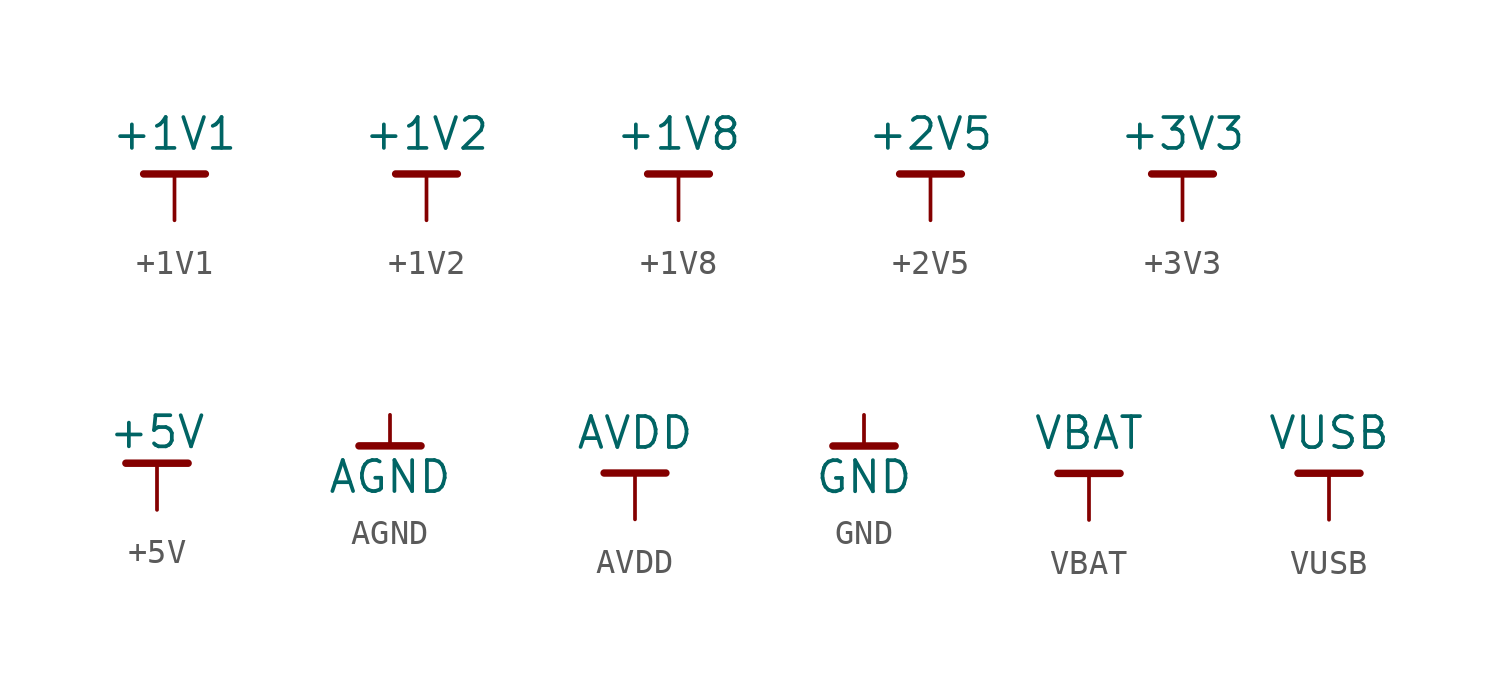
<source format=kicad_sym>
(kicad_symbol_lib
  (version 20231120)
  (generator "kicad_symbol_editor")
  (generator_version "8.0")
  (symbol "+1V1"
    (power)
    (pin_names
      (offset 0))
    (property "Reference" "#PWR"
      (at 0 -3.81 0)
      (effects (font (size 1.27 1.27)) (hide yes)))
    (property "Value" "+1V1"
      (at 0 3.556 0)
      (effects (font (size 1.27 1.27))))
    (symbol "+1V1_0_1"
      (polyline (pts (xy -1.27 1.905) (xy 1.27 1.905)) (stroke (width 0.305) (type solid)) (fill (type none)))
      (polyline (pts (xy 0 0) (xy 0 1.905)) (stroke (width 0) (type solid)) (fill (type none))))
    (symbol "+1V1_1_1"
      (pin power_in line (at 0 0 90) (length 0) hide (name "+1V1" (effects (font (size 1.27 1.27)))) (number "1" (effects (font (size 1.27 1.27)))))))
  (symbol "+1V2"
    (power)
    (pin_names
      (offset 0))
    (property "Reference" "#PWR"
      (at 0 -3.81 0)
      (effects (font (size 1.27 1.27)) (hide yes)))
    (property "Value" "+1V2"
      (at 0 3.556 0)
      (effects (font (size 1.27 1.27))))
    (symbol "+1V2_0_1"
      (polyline (pts (xy -1.27 1.905) (xy 1.27 1.905)) (stroke (width 0.305) (type solid)) (fill (type none)))
      (polyline (pts (xy 0 0) (xy 0 1.905)) (stroke (width 0) (type solid)) (fill (type none))))
    (symbol "+1V2_1_1"
      (pin power_in line (at 0 0 90) (length 0) hide (name "+1V2" (effects (font (size 1.27 1.27)))) (number "1" (effects (font (size 1.27 1.27)))))))
  (symbol "+1V8"
    (power)
    (pin_names
      (offset 0))
    (property "Reference" "#PWR"
      (at 0 -3.81 0)
      (effects (font (size 1.27 1.27)) (hide yes)))
    (property "Value" "+1V8"
      (at 0 3.556 0)
      (effects (font (size 1.27 1.27))))
    (symbol "+1V8_0_1"
      (polyline (pts (xy -1.27 1.905) (xy 1.27 1.905)) (stroke (width 0.305) (type solid)) (fill (type none)))
      (polyline (pts (xy 0 0) (xy 0 1.905)) (stroke (width 0) (type solid)) (fill (type none))))
    (symbol "+1V8_1_1"
      (pin power_in line (at 0 0 90) (length 0) hide (name "+1V8" (effects (font (size 1.27 1.27)))) (number "1" (effects (font (size 1.27 1.27)))))))
  (symbol "+2V5"
    (power)
    (pin_names
      (offset 0))
    (property "Reference" "#PWR"
      (at 0 -3.81 0)
      (effects (font (size 1.27 1.27)) (hide yes)))
    (property "Value" "+2V5"
      (at 0 3.556 0)
      (effects (font (size 1.27 1.27))))
    (symbol "+2V5_0_1"
      (polyline (pts (xy -1.27 1.905) (xy 1.27 1.905)) (stroke (width 0.305) (type solid)) (fill (type none)))
      (polyline (pts (xy 0 0) (xy 0 1.905)) (stroke (width 0) (type solid)) (fill (type none))))
    (symbol "+2V5_1_1"
      (pin power_in line (at 0 0 90) (length 0) hide (name "+2V5" (effects (font (size 1.27 1.27)))) (number "1" (effects (font (size 1.27 1.27)))))))
  (symbol "+3V3"
    (power)
    (pin_names
      (offset 0))
    (property "Reference" "#PWR"
      (at 0 -3.81 0)
      (effects (font (size 1.27 1.27)) (hide yes)))
    (property "Value" "+3V3"
      (at 0 3.556 0)
      (effects (font (size 1.27 1.27))))
    (symbol "+3V3_0_1"
      (polyline (pts (xy -1.27 1.905) (xy 1.27 1.905)) (stroke (width 0.305) (type solid)) (fill (type none)))
      (polyline (pts (xy 0 0) (xy 0 1.905)) (stroke (width 0) (type solid)) (fill (type none))))
    (symbol "+3V3_1_1"
      (pin power_in line (at 0 0 90) (length 0) hide (name "+3V3" (effects (font (size 1.27 1.27)))) (number "1" (effects (font (size 1.27 1.27)))))))
  (symbol "+5V"
    (power)
    (pin_names
      (offset 0))
    (property "Reference" "#PWR"
      (at 0 -3.81 0)
      (effects (font (size 1.27 1.27)) (hide yes)))
    (property "Value" "+5V"
      (at 0 3.175 0)
      (effects (font (size 1.27 1.27))))
    (symbol "+5V_0_1"
      (polyline (pts (xy -1.27 1.905) (xy 1.27 1.905)) (stroke (width 0.305) (type solid)) (fill (type none)))
      (polyline (pts (xy 0 0) (xy 0 1.905)) (stroke (width 0) (type solid)) (fill (type none))))
    (symbol "+5V_1_1"
      (pin power_in line (at 0 0 90) (length 0) hide (name "+5V" (effects (font (size 1.27 1.27)))) (number "1" (effects (font (size 1.27 1.27)))))))
  (symbol "AGND"
    (power)
    (pin_names
      (offset 0))
    (property "Reference" "#PWR"
      (at 0 -6.35 0)
      (effects (font (size 1.27 1.27)) (hide yes)))
    (property "Value" "AGND"
      (at 0 -2.54 0)
      (effects (font (size 1.27 1.27))))
    (symbol "AGND_0_1"
      (polyline (pts (xy 0 -1.27) (xy 0 0)) (stroke (width 0) (type solid)) (fill (type none)))
      (polyline (pts (xy 1.27 -1.27) (xy -1.27 -1.27)) (stroke (width 0.305) (type solid)) (fill (type none))))
    (symbol "AGND_1_1"
      (pin power_in line (at 0 0 270) (length 0) hide (name "AGND" (effects (font (size 1.27 1.27)))) (number "1" (effects (font (size 1.27 1.27)))))))
  (symbol "AVDD"
    (power)
    (pin_names
      (offset 0))
    (property "Reference" "#PWR"
      (at 0 -3.81 0)
      (effects (font (size 1.27 1.27)) (hide yes)))
    (property "Value" "AVDD"
      (at 0 3.556 0)
      (effects (font (size 1.27 1.27))))
    (symbol "AVDD_0_1"
      (polyline (pts (xy -1.27 1.905) (xy 1.27 1.905)) (stroke (width 0.305) (type solid)) (fill (type none)))
      (polyline (pts (xy 0 0) (xy 0 1.905)) (stroke (width 0) (type solid)) (fill (type none))))
    (symbol "AVDD_1_1"
      (pin power_in line (at 0 0 90) (length 0) hide (name "AVDD" (effects (font (size 1.27 1.27)))) (number "1" (effects (font (size 1.27 1.27)))))))
  (symbol "GND"
    (power)
    (pin_names
      (offset 0))
    (property "Reference" "#PWR"
      (at 0 -6.35 0)
      (effects (font (size 1.27 1.27)) (hide yes)))
    (property "Value" "GND"
      (at 0 -2.54 0)
      (effects (font (size 1.27 1.27))))
    (symbol "GND_0_1"
      (polyline (pts (xy 0 -1.27) (xy 0 0)) (stroke (width 0) (type solid)) (fill (type none)))
      (polyline (pts (xy 1.27 -1.27) (xy -1.27 -1.27)) (stroke (width 0.305) (type solid)) (fill (type none))))
    (symbol "GND_1_1"
      (pin power_in line (at 0 0 270) (length 0) hide (name "GND" (effects (font (size 1.27 1.27)))) (number "1" (effects (font (size 1.27 1.27)))))))
  (symbol "VBAT"
    (power)
    (pin_names
      (offset 0))
    (property "Reference" "#PWR"
      (at 0 -3.81 0)
      (effects (font (size 1.27 1.27)) (hide yes)))
    (property "Value" "VBAT"
      (at 0 3.556 0)
      (effects (font (size 1.27 1.27))))
    (symbol "VBAT_0_1"
      (polyline (pts (xy -1.27 1.905) (xy 1.27 1.905)) (stroke (width 0.305) (type solid)) (fill (type none)))
      (polyline (pts (xy 0 0) (xy 0 1.905)) (stroke (width 0) (type solid)) (fill (type none))))
    (symbol "VBAT_1_1"
      (pin power_in line (at 0 0 90) (length 0) hide (name "VBAT" (effects (font (size 1.27 1.27)))) (number "1" (effects (font (size 1.27 1.27)))))))
  (symbol "VUSB"
    (power)
    (pin_names
      (offset 0))
    (property "Reference" "#PWR"
      (at 0 -3.81 0)
      (effects (font (size 1.27 1.27)) (hide yes)))
    (property "Value" "VUSB"
      (at 0 3.556 0)
      (effects (font (size 1.27 1.27))))
    (symbol "VUSB_0_1"
      (polyline (pts (xy -1.27 1.905) (xy 1.27 1.905)) (stroke (width 0.305) (type solid)) (fill (type none)))
      (polyline (pts (xy 0 0) (xy 0 1.905)) (stroke (width 0) (type solid)) (fill (type none))))
    (symbol "VUSB_1_1"
      (pin power_in line (at 0 0 90) (length 0) hide (name "VUSB" (effects (font (size 1.27 1.27)))) (number "1" (effects (font (size 1.27 1.27))))))))
</source>
